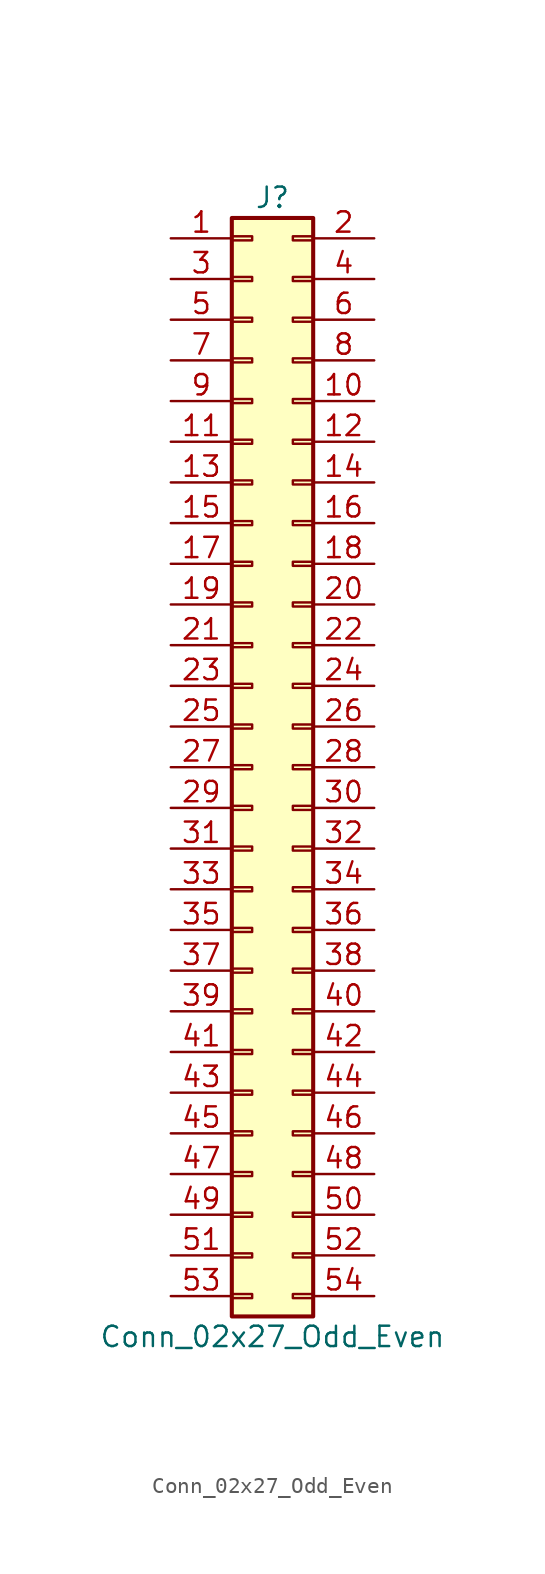
<source format=kicad_sym>
(kicad_symbol_lib
  (version 20220914)
  (generator kicad_symbol_editor)
  (symbol "Conn_02x27_Odd_Even"
    (pin_names
      (offset 1.016) hide)
    (property "Reference" "J"
      (at 1.27 35.56 0)
      (effects (font (size 1.27 1.27))))
    (property "Value" "Conn_02x27_Odd_Even"
      (at 1.27 -35.56 0)
      (effects (font (size 1.27 1.27))))
    (symbol "Conn_02x27_Odd_Even_1_1"
      (rectangle (start -1.27 -32.893) (end 0 -33.147) (stroke (width 0.152) (type solid)) (fill (type none)))
      (rectangle (start -1.27 -30.353) (end 0 -30.607) (stroke (width 0.152) (type solid)) (fill (type none)))
      (rectangle (start -1.27 -27.813) (end 0 -28.067) (stroke (width 0.152) (type solid)) (fill (type none)))
      (rectangle (start -1.27 -25.273) (end 0 -25.527) (stroke (width 0.152) (type solid)) (fill (type none)))
      (rectangle (start -1.27 -22.733) (end 0 -22.987) (stroke (width 0.152) (type solid)) (fill (type none)))
      (rectangle (start -1.27 -20.193) (end 0 -20.447) (stroke (width 0.152) (type solid)) (fill (type none)))
      (rectangle (start -1.27 -17.653) (end 0 -17.907) (stroke (width 0.152) (type solid)) (fill (type none)))
      (rectangle (start -1.27 -15.113) (end 0 -15.367) (stroke (width 0.152) (type solid)) (fill (type none)))
      (rectangle (start -1.27 -12.573) (end 0 -12.827) (stroke (width 0.152) (type solid)) (fill (type none)))
      (rectangle (start -1.27 -10.033) (end 0 -10.287) (stroke (width 0.152) (type solid)) (fill (type none)))
      (rectangle (start -1.27 -7.493) (end 0 -7.747) (stroke (width 0.152) (type solid)) (fill (type none)))
      (rectangle (start -1.27 -4.953) (end 0 -5.207) (stroke (width 0.152) (type solid)) (fill (type none)))
      (rectangle (start -1.27 -2.413) (end 0 -2.667) (stroke (width 0.152) (type solid)) (fill (type none)))
      (rectangle (start -1.27 0.127) (end 0 -0.127) (stroke (width 0.152) (type solid)) (fill (type none)))
      (rectangle (start -1.27 2.667) (end 0 2.413) (stroke (width 0.152) (type solid)) (fill (type none)))
      (rectangle (start -1.27 5.207) (end 0 4.953) (stroke (width 0.152) (type solid)) (fill (type none)))
      (rectangle (start -1.27 7.747) (end 0 7.493) (stroke (width 0.152) (type solid)) (fill (type none)))
      (rectangle (start -1.27 10.287) (end 0 10.033) (stroke (width 0.152) (type solid)) (fill (type none)))
      (rectangle (start -1.27 12.827) (end 0 12.573) (stroke (width 0.152) (type solid)) (fill (type none)))
      (rectangle (start -1.27 15.367) (end 0 15.113) (stroke (width 0.152) (type solid)) (fill (type none)))
      (rectangle (start -1.27 17.907) (end 0 17.653) (stroke (width 0.152) (type solid)) (fill (type none)))
      (rectangle (start -1.27 20.447) (end 0 20.193) (stroke (width 0.152) (type solid)) (fill (type none)))
      (rectangle (start -1.27 22.987) (end 0 22.733) (stroke (width 0.152) (type solid)) (fill (type none)))
      (rectangle (start -1.27 25.527) (end 0 25.273) (stroke (width 0.152) (type solid)) (fill (type none)))
      (rectangle (start -1.27 28.067) (end 0 27.813) (stroke (width 0.152) (type solid)) (fill (type none)))
      (rectangle (start -1.27 30.607) (end 0 30.353) (stroke (width 0.152) (type solid)) (fill (type none)))
      (rectangle (start -1.27 33.147) (end 0 32.893) (stroke (width 0.152) (type solid)) (fill (type none)))
      (rectangle (start -1.27 34.29) (end 3.81 -34.29) (stroke (width 0.254) (type solid)) (fill (type background)))
      (rectangle (start 3.81 -32.893) (end 2.54 -33.147) (stroke (width 0.152) (type solid)) (fill (type none)))
      (rectangle (start 3.81 -30.353) (end 2.54 -30.607) (stroke (width 0.152) (type solid)) (fill (type none)))
      (rectangle (start 3.81 -27.813) (end 2.54 -28.067) (stroke (width 0.152) (type solid)) (fill (type none)))
      (rectangle (start 3.81 -25.273) (end 2.54 -25.527) (stroke (width 0.152) (type solid)) (fill (type none)))
      (rectangle (start 3.81 -22.733) (end 2.54 -22.987) (stroke (width 0.152) (type solid)) (fill (type none)))
      (rectangle (start 3.81 -20.193) (end 2.54 -20.447) (stroke (width 0.152) (type solid)) (fill (type none)))
      (rectangle (start 3.81 -17.653) (end 2.54 -17.907) (stroke (width 0.152) (type solid)) (fill (type none)))
      (rectangle (start 3.81 -15.113) (end 2.54 -15.367) (stroke (width 0.152) (type solid)) (fill (type none)))
      (rectangle (start 3.81 -12.573) (end 2.54 -12.827) (stroke (width 0.152) (type solid)) (fill (type none)))
      (rectangle (start 3.81 -10.033) (end 2.54 -10.287) (stroke (width 0.152) (type solid)) (fill (type none)))
      (rectangle (start 3.81 -7.493) (end 2.54 -7.747) (stroke (width 0.152) (type solid)) (fill (type none)))
      (rectangle (start 3.81 -4.953) (end 2.54 -5.207) (stroke (width 0.152) (type solid)) (fill (type none)))
      (rectangle (start 3.81 -2.413) (end 2.54 -2.667) (stroke (width 0.152) (type solid)) (fill (type none)))
      (rectangle (start 3.81 0.127) (end 2.54 -0.127) (stroke (width 0.152) (type solid)) (fill (type none)))
      (rectangle (start 3.81 2.667) (end 2.54 2.413) (stroke (width 0.152) (type solid)) (fill (type none)))
      (rectangle (start 3.81 5.207) (end 2.54 4.953) (stroke (width 0.152) (type solid)) (fill (type none)))
      (rectangle (start 3.81 7.747) (end 2.54 7.493) (stroke (width 0.152) (type solid)) (fill (type none)))
      (rectangle (start 3.81 10.287) (end 2.54 10.033) (stroke (width 0.152) (type solid)) (fill (type none)))
      (rectangle (start 3.81 12.827) (end 2.54 12.573) (stroke (width 0.152) (type solid)) (fill (type none)))
      (rectangle (start 3.81 15.367) (end 2.54 15.113) (stroke (width 0.152) (type solid)) (fill (type none)))
      (rectangle (start 3.81 17.907) (end 2.54 17.653) (stroke (width 0.152) (type solid)) (fill (type none)))
      (rectangle (start 3.81 20.447) (end 2.54 20.193) (stroke (width 0.152) (type solid)) (fill (type none)))
      (rectangle (start 3.81 22.987) (end 2.54 22.733) (stroke (width 0.152) (type solid)) (fill (type none)))
      (rectangle (start 3.81 25.527) (end 2.54 25.273) (stroke (width 0.152) (type solid)) (fill (type none)))
      (rectangle (start 3.81 28.067) (end 2.54 27.813) (stroke (width 0.152) (type solid)) (fill (type none)))
      (rectangle (start 3.81 30.607) (end 2.54 30.353) (stroke (width 0.152) (type solid)) (fill (type none)))
      (rectangle (start 3.81 33.147) (end 2.54 32.893) (stroke (width 0.152) (type solid)) (fill (type none)))
      (pin passive line (at -5.08 33.02 0) (length 3.81) (name "Pin_1" (effects (font (size 1.27 1.27)))) (number "1" (effects (font (size 1.27 1.27)))))
      (pin passive line (at 7.62 22.86 180) (length 3.81) (name "Pin_10" (effects (font (size 1.27 1.27)))) (number "10" (effects (font (size 1.27 1.27)))))
      (pin passive line (at -5.08 20.32 0) (length 3.81) (name "Pin_11" (effects (font (size 1.27 1.27)))) (number "11" (effects (font (size 1.27 1.27)))))
      (pin passive line (at 7.62 20.32 180) (length 3.81) (name "Pin_12" (effects (font (size 1.27 1.27)))) (number "12" (effects (font (size 1.27 1.27)))))
      (pin passive line (at -5.08 17.78 0) (length 3.81) (name "Pin_13" (effects (font (size 1.27 1.27)))) (number "13" (effects (font (size 1.27 1.27)))))
      (pin passive line (at 7.62 17.78 180) (length 3.81) (name "Pin_14" (effects (font (size 1.27 1.27)))) (number "14" (effects (font (size 1.27 1.27)))))
      (pin passive line (at -5.08 15.24 0) (length 3.81) (name "Pin_15" (effects (font (size 1.27 1.27)))) (number "15" (effects (font (size 1.27 1.27)))))
      (pin passive line (at 7.62 15.24 180) (length 3.81) (name "Pin_16" (effects (font (size 1.27 1.27)))) (number "16" (effects (font (size 1.27 1.27)))))
      (pin passive line (at -5.08 12.7 0) (length 3.81) (name "Pin_17" (effects (font (size 1.27 1.27)))) (number "17" (effects (font (size 1.27 1.27)))))
      (pin passive line (at 7.62 12.7 180) (length 3.81) (name "Pin_18" (effects (font (size 1.27 1.27)))) (number "18" (effects (font (size 1.27 1.27)))))
      (pin passive line (at -5.08 10.16 0) (length 3.81) (name "Pin_19" (effects (font (size 1.27 1.27)))) (number "19" (effects (font (size 1.27 1.27)))))
      (pin passive line (at 7.62 33.02 180) (length 3.81) (name "Pin_2" (effects (font (size 1.27 1.27)))) (number "2" (effects (font (size 1.27 1.27)))))
      (pin passive line (at 7.62 10.16 180) (length 3.81) (name "Pin_20" (effects (font (size 1.27 1.27)))) (number "20" (effects (font (size 1.27 1.27)))))
      (pin passive line (at -5.08 7.62 0) (length 3.81) (name "Pin_21" (effects (font (size 1.27 1.27)))) (number "21" (effects (font (size 1.27 1.27)))))
      (pin passive line (at 7.62 7.62 180) (length 3.81) (name "Pin_22" (effects (font (size 1.27 1.27)))) (number "22" (effects (font (size 1.27 1.27)))))
      (pin passive line (at -5.08 5.08 0) (length 3.81) (name "Pin_23" (effects (font (size 1.27 1.27)))) (number "23" (effects (font (size 1.27 1.27)))))
      (pin passive line (at 7.62 5.08 180) (length 3.81) (name "Pin_24" (effects (font (size 1.27 1.27)))) (number "24" (effects (font (size 1.27 1.27)))))
      (pin passive line (at -5.08 2.54 0) (length 3.81) (name "Pin_25" (effects (font (size 1.27 1.27)))) (number "25" (effects (font (size 1.27 1.27)))))
      (pin passive line (at 7.62 2.54 180) (length 3.81) (name "Pin_26" (effects (font (size 1.27 1.27)))) (number "26" (effects (font (size 1.27 1.27)))))
      (pin passive line (at -5.08 0 0) (length 3.81) (name "Pin_27" (effects (font (size 1.27 1.27)))) (number "27" (effects (font (size 1.27 1.27)))))
      (pin passive line (at 7.62 0 180) (length 3.81) (name "Pin_28" (effects (font (size 1.27 1.27)))) (number "28" (effects (font (size 1.27 1.27)))))
      (pin passive line (at -5.08 -2.54 0) (length 3.81) (name "Pin_29" (effects (font (size 1.27 1.27)))) (number "29" (effects (font (size 1.27 1.27)))))
      (pin passive line (at -5.08 30.48 0) (length 3.81) (name "Pin_3" (effects (font (size 1.27 1.27)))) (number "3" (effects (font (size 1.27 1.27)))))
      (pin passive line (at 7.62 -2.54 180) (length 3.81) (name "Pin_30" (effects (font (size 1.27 1.27)))) (number "30" (effects (font (size 1.27 1.27)))))
      (pin passive line (at -5.08 -5.08 0) (length 3.81) (name "Pin_31" (effects (font (size 1.27 1.27)))) (number "31" (effects (font (size 1.27 1.27)))))
      (pin passive line (at 7.62 -5.08 180) (length 3.81) (name "Pin_32" (effects (font (size 1.27 1.27)))) (number "32" (effects (font (size 1.27 1.27)))))
      (pin passive line (at -5.08 -7.62 0) (length 3.81) (name "Pin_33" (effects (font (size 1.27 1.27)))) (number "33" (effects (font (size 1.27 1.27)))))
      (pin passive line (at 7.62 -7.62 180) (length 3.81) (name "Pin_34" (effects (font (size 1.27 1.27)))) (number "34" (effects (font (size 1.27 1.27)))))
      (pin passive line (at -5.08 -10.16 0) (length 3.81) (name "Pin_35" (effects (font (size 1.27 1.27)))) (number "35" (effects (font (size 1.27 1.27)))))
      (pin passive line (at 7.62 -10.16 180) (length 3.81) (name "Pin_36" (effects (font (size 1.27 1.27)))) (number "36" (effects (font (size 1.27 1.27)))))
      (pin passive line (at -5.08 -12.7 0) (length 3.81) (name "Pin_37" (effects (font (size 1.27 1.27)))) (number "37" (effects (font (size 1.27 1.27)))))
      (pin passive line (at 7.62 -12.7 180) (length 3.81) (name "Pin_38" (effects (font (size 1.27 1.27)))) (number "38" (effects (font (size 1.27 1.27)))))
      (pin passive line (at -5.08 -15.24 0) (length 3.81) (name "Pin_39" (effects (font (size 1.27 1.27)))) (number "39" (effects (font (size 1.27 1.27)))))
      (pin passive line (at 7.62 30.48 180) (length 3.81) (name "Pin_4" (effects (font (size 1.27 1.27)))) (number "4" (effects (font (size 1.27 1.27)))))
      (pin passive line (at 7.62 -15.24 180) (length 3.81) (name "Pin_40" (effects (font (size 1.27 1.27)))) (number "40" (effects (font (size 1.27 1.27)))))
      (pin passive line (at -5.08 -17.78 0) (length 3.81) (name "Pin_41" (effects (font (size 1.27 1.27)))) (number "41" (effects (font (size 1.27 1.27)))))
      (pin passive line (at 7.62 -17.78 180) (length 3.81) (name "Pin_42" (effects (font (size 1.27 1.27)))) (number "42" (effects (font (size 1.27 1.27)))))
      (pin passive line (at -5.08 -20.32 0) (length 3.81) (name "Pin_43" (effects (font (size 1.27 1.27)))) (number "43" (effects (font (size 1.27 1.27)))))
      (pin passive line (at 7.62 -20.32 180) (length 3.81) (name "Pin_44" (effects (font (size 1.27 1.27)))) (number "44" (effects (font (size 1.27 1.27)))))
      (pin passive line (at -5.08 -22.86 0) (length 3.81) (name "Pin_45" (effects (font (size 1.27 1.27)))) (number "45" (effects (font (size 1.27 1.27)))))
      (pin passive line (at 7.62 -22.86 180) (length 3.81) (name "Pin_46" (effects (font (size 1.27 1.27)))) (number "46" (effects (font (size 1.27 1.27)))))
      (pin passive line (at -5.08 -25.4 0) (length 3.81) (name "Pin_47" (effects (font (size 1.27 1.27)))) (number "47" (effects (font (size 1.27 1.27)))))
      (pin passive line (at 7.62 -25.4 180) (length 3.81) (name "Pin_48" (effects (font (size 1.27 1.27)))) (number "48" (effects (font (size 1.27 1.27)))))
      (pin passive line (at -5.08 -27.94 0) (length 3.81) (name "Pin_49" (effects (font (size 1.27 1.27)))) (number "49" (effects (font (size 1.27 1.27)))))
      (pin passive line (at -5.08 27.94 0) (length 3.81) (name "Pin_5" (effects (font (size 1.27 1.27)))) (number "5" (effects (font (size 1.27 1.27)))))
      (pin passive line (at 7.62 -27.94 180) (length 3.81) (name "Pin_50" (effects (font (size 1.27 1.27)))) (number "50" (effects (font (size 1.27 1.27)))))
      (pin passive line (at -5.08 -30.48 0) (length 3.81) (name "Pin_51" (effects (font (size 1.27 1.27)))) (number "51" (effects (font (size 1.27 1.27)))))
      (pin passive line (at 7.62 -30.48 180) (length 3.81) (name "Pin_52" (effects (font (size 1.27 1.27)))) (number "52" (effects (font (size 1.27 1.27)))))
      (pin passive line (at -5.08 -33.02 0) (length 3.81) (name "Pin_53" (effects (font (size 1.27 1.27)))) (number "53" (effects (font (size 1.27 1.27)))))
      (pin passive line (at 7.62 -33.02 180) (length 3.81) (name "Pin_54" (effects (font (size 1.27 1.27)))) (number "54" (effects (font (size 1.27 1.27)))))
      (pin passive line (at 7.62 27.94 180) (length 3.81) (name "Pin_6" (effects (font (size 1.27 1.27)))) (number "6" (effects (font (size 1.27 1.27)))))
      (pin passive line (at -5.08 25.4 0) (length 3.81) (name "Pin_7" (effects (font (size 1.27 1.27)))) (number "7" (effects (font (size 1.27 1.27)))))
      (pin passive line (at 7.62 25.4 180) (length 3.81) (name "Pin_8" (effects (font (size 1.27 1.27)))) (number "8" (effects (font (size 1.27 1.27)))))
      (pin passive line (at -5.08 22.86 0) (length 3.81) (name "Pin_9" (effects (font (size 1.27 1.27)))) (number "9" (effects (font (size 1.27 1.27))))))))
</source>
